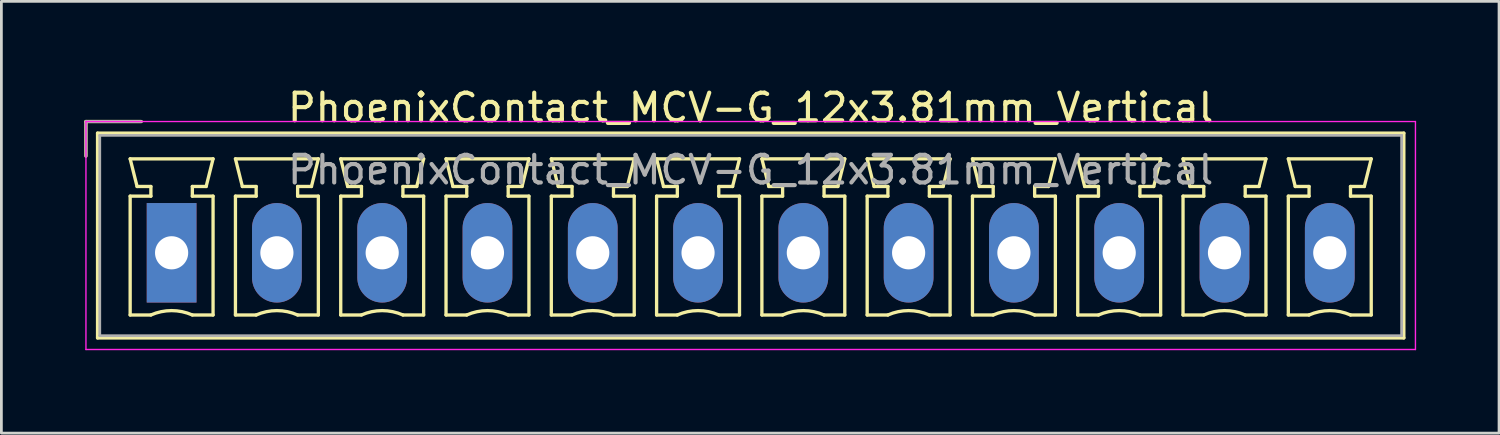
<source format=kicad_pcb>
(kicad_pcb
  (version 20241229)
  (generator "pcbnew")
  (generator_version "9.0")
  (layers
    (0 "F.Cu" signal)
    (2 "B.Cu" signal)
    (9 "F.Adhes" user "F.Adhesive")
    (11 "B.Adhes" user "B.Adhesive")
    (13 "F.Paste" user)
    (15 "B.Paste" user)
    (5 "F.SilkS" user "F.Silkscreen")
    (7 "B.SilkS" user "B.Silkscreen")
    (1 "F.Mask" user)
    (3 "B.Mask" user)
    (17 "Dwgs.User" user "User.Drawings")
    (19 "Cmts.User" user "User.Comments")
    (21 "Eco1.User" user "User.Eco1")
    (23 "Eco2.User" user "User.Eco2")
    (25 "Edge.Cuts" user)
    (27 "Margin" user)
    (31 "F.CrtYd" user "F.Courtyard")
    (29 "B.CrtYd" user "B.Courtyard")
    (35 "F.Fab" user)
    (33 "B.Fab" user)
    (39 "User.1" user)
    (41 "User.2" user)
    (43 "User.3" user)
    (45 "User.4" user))
  (footprint "PhoenixContact_MCV-G_12x3.81mm_Vertical"
    (layer "F.Cu")
    (at 3.16 6.098)
    (property "Reference" "PhoenixContact_MCV-G_12x3.81mm_Vertical" (at 20.955 -5.25 0) (layer "F.SilkS") (effects (font (size 1 1) (thickness 0.15))))
    (attr through_hole)
    (fp_line (start -3.1 -4.75) (end -1.1 -4.75) (stroke (width 0.12) (type solid)) (layer "F.SilkS"))
    (fp_line (start -3.1 -3.5) (end -3.1 -4.75) (stroke (width 0.12) (type solid)) (layer "F.SilkS"))
    (fp_line (start -2.68 -4.33) (end -2.68 3.08) (stroke (width 0.12) (type solid)) (layer "F.SilkS"))
    (fp_line (start -2.68 3.08) (end 44.59 3.08) (stroke (width 0.12) (type solid)) (layer "F.SilkS"))
    (fp_line (start -1.5 -3.4) (end 1.5 -3.4) (stroke (width 0.12) (type solid)) (layer "F.SilkS"))
    (fp_line (start -1.5 -2.05) (end -0.75 -2.05) (stroke (width 0.12) (type solid)) (layer "F.SilkS"))
    (fp_line (start -1.5 2.25) (end -1.5 -2.05) (stroke (width 0.12) (type solid)) (layer "F.SilkS"))
    (fp_line (start -1.25 -2.4) (end -1.5 -3.4) (stroke (width 0.12) (type solid)) (layer "F.SilkS"))
    (fp_line (start -0.75 -2.4) (end -1.25 -2.4) (stroke (width 0.12) (type solid)) (layer "F.SilkS"))
    (fp_line (start -0.75 -2.05) (end -0.75 -2.4) (stroke (width 0.12) (type solid)) (layer "F.SilkS"))
    (fp_line (start -0.75 2.25) (end -1.5 2.25) (stroke (width 0.12) (type solid)) (layer "F.SilkS"))
    (fp_line (start 0.75 -2.4) (end 0.75 -2.05) (stroke (width 0.12) (type solid)) (layer "F.SilkS"))
    (fp_line (start 0.75 -2.05) (end 1.5 -2.05) (stroke (width 0.12) (type solid)) (layer "F.SilkS"))
    (fp_line (start 1.25 -2.4) (end 0.75 -2.4) (stroke (width 0.12) (type solid)) (layer "F.SilkS"))
    (fp_line (start 1.5 -3.4) (end 1.25 -2.4) (stroke (width 0.12) (type solid)) (layer "F.SilkS"))
    (fp_line (start 1.5 -2.05) (end 1.5 2.25) (stroke (width 0.12) (type solid)) (layer "F.SilkS"))
    (fp_line (start 1.5 2.25) (end 0.75 2.25) (stroke (width 0.12) (type solid)) (layer "F.SilkS"))
    (fp_line (start 2.31 -3.4) (end 5.31 -3.4) (stroke (width 0.12) (type solid)) (layer "F.SilkS"))
    (fp_line (start 2.31 -2.05) (end 3.06 -2.05) (stroke (width 0.12) (type solid)) (layer "F.SilkS"))
    (fp_line (start 2.31 2.25) (end 2.31 -2.05) (stroke (width 0.12) (type solid)) (layer "F.SilkS"))
    (fp_line (start 2.56 -2.4) (end 2.31 -3.4) (stroke (width 0.12) (type solid)) (layer "F.SilkS"))
    (fp_line (start 3.06 -2.4) (end 2.56 -2.4) (stroke (width 0.12) (type solid)) (layer "F.SilkS"))
    (fp_line (start 3.06 -2.05) (end 3.06 -2.4) (stroke (width 0.12) (type solid)) (layer "F.SilkS"))
    (fp_line (start 3.06 2.25) (end 2.31 2.25) (stroke (width 0.12) (type solid)) (layer "F.SilkS"))
    (fp_line (start 4.56 -2.4) (end 4.56 -2.05) (stroke (width 0.12) (type solid)) (layer "F.SilkS"))
    (fp_line (start 4.56 -2.05) (end 5.31 -2.05) (stroke (width 0.12) (type solid)) (layer "F.SilkS"))
    (fp_line (start 5.06 -2.4) (end 4.56 -2.4) (stroke (width 0.12) (type solid)) (layer "F.SilkS"))
    (fp_line (start 5.31 -3.4) (end 5.06 -2.4) (stroke (width 0.12) (type solid)) (layer "F.SilkS"))
    (fp_line (start 5.31 -2.05) (end 5.31 2.25) (stroke (width 0.12) (type solid)) (layer "F.SilkS"))
    (fp_line (start 5.31 2.25) (end 4.56 2.25) (stroke (width 0.12) (type solid)) (layer "F.SilkS"))
    (fp_line (start 6.12 -3.4) (end 9.12 -3.4) (stroke (width 0.12) (type solid)) (layer "F.SilkS"))
    (fp_line (start 6.12 -2.05) (end 6.87 -2.05) (stroke (width 0.12) (type solid)) (layer "F.SilkS"))
    (fp_line (start 6.12 2.25) (end 6.12 -2.05) (stroke (width 0.12) (type solid)) (layer "F.SilkS"))
    (fp_line (start 6.37 -2.4) (end 6.12 -3.4) (stroke (width 0.12) (type solid)) (layer "F.SilkS"))
    (fp_line (start 6.87 -2.4) (end 6.37 -2.4) (stroke (width 0.12) (type solid)) (layer "F.SilkS"))
    (fp_line (start 6.87 -2.05) (end 6.87 -2.4) (stroke (width 0.12) (type solid)) (layer "F.SilkS"))
    (fp_line (start 6.87 2.25) (end 6.12 2.25) (stroke (width 0.12) (type solid)) (layer "F.SilkS"))
    (fp_line (start 8.37 -2.4) (end 8.37 -2.05) (stroke (width 0.12) (type solid)) (layer "F.SilkS"))
    (fp_line (start 8.37 -2.05) (end 9.12 -2.05) (stroke (width 0.12) (type solid)) (layer "F.SilkS"))
    (fp_line (start 8.87 -2.4) (end 8.37 -2.4) (stroke (width 0.12) (type solid)) (layer "F.SilkS"))
    (fp_line (start 9.12 -3.4) (end 8.87 -2.4) (stroke (width 0.12) (type solid)) (layer "F.SilkS"))
    (fp_line (start 9.12 -2.05) (end 9.12 2.25) (stroke (width 0.12) (type solid)) (layer "F.SilkS"))
    (fp_line (start 9.12 2.25) (end 8.37 2.25) (stroke (width 0.12) (type solid)) (layer "F.SilkS"))
    (fp_line (start 9.93 -3.4) (end 12.93 -3.4) (stroke (width 0.12) (type solid)) (layer "F.SilkS"))
    (fp_line (start 9.93 -2.05) (end 10.68 -2.05) (stroke (width 0.12) (type solid)) (layer "F.SilkS"))
    (fp_line (start 9.93 2.25) (end 9.93 -2.05) (stroke (width 0.12) (type solid)) (layer "F.SilkS"))
    (fp_line (start 10.18 -2.4) (end 9.93 -3.4) (stroke (width 0.12) (type solid)) (layer "F.SilkS"))
    (fp_line (start 10.68 -2.4) (end 10.18 -2.4) (stroke (width 0.12) (type solid)) (layer "F.SilkS"))
    (fp_line (start 10.68 -2.05) (end 10.68 -2.4) (stroke (width 0.12) (type solid)) (layer "F.SilkS"))
    (fp_line (start 10.68 2.25) (end 9.93 2.25) (stroke (width 0.12) (type solid)) (layer "F.SilkS"))
    (fp_line (start 12.18 -2.4) (end 12.18 -2.05) (stroke (width 0.12) (type solid)) (layer "F.SilkS"))
    (fp_line (start 12.18 -2.05) (end 12.93 -2.05) (stroke (width 0.12) (type solid)) (layer "F.SilkS"))
    (fp_line (start 12.68 -2.4) (end 12.18 -2.4) (stroke (width 0.12) (type solid)) (layer "F.SilkS"))
    (fp_line (start 12.93 -3.4) (end 12.68 -2.4) (stroke (width 0.12) (type solid)) (layer "F.SilkS"))
    (fp_line (start 12.93 -2.05) (end 12.93 2.25) (stroke (width 0.12) (type solid)) (layer "F.SilkS"))
    (fp_line (start 12.93 2.25) (end 12.18 2.25) (stroke (width 0.12) (type solid)) (layer "F.SilkS"))
    (fp_line (start 13.74 -3.4) (end 16.74 -3.4) (stroke (width 0.12) (type solid)) (layer "F.SilkS"))
    (fp_line (start 13.74 -2.05) (end 14.49 -2.05) (stroke (width 0.12) (type solid)) (layer "F.SilkS"))
    (fp_line (start 13.74 2.25) (end 13.74 -2.05) (stroke (width 0.12) (type solid)) (layer "F.SilkS"))
    (fp_line (start 13.99 -2.4) (end 13.74 -3.4) (stroke (width 0.12) (type solid)) (layer "F.SilkS"))
    (fp_line (start 14.49 -2.4) (end 13.99 -2.4) (stroke (width 0.12) (type solid)) (layer "F.SilkS"))
    (fp_line (start 14.49 -2.05) (end 14.49 -2.4) (stroke (width 0.12) (type solid)) (layer "F.SilkS"))
    (fp_line (start 14.49 2.25) (end 13.74 2.25) (stroke (width 0.12) (type solid)) (layer "F.SilkS"))
    (fp_line (start 15.99 -2.4) (end 15.99 -2.05) (stroke (width 0.12) (type solid)) (layer "F.SilkS"))
    (fp_line (start 15.99 -2.05) (end 16.74 -2.05) (stroke (width 0.12) (type solid)) (layer "F.SilkS"))
    (fp_line (start 16.49 -2.4) (end 15.99 -2.4) (stroke (width 0.12) (type solid)) (layer "F.SilkS"))
    (fp_line (start 16.74 -3.4) (end 16.49 -2.4) (stroke (width 0.12) (type solid)) (layer "F.SilkS"))
    (fp_line (start 16.74 -2.05) (end 16.74 2.25) (stroke (width 0.12) (type solid)) (layer "F.SilkS"))
    (fp_line (start 16.74 2.25) (end 15.99 2.25) (stroke (width 0.12) (type solid)) (layer "F.SilkS"))
    (fp_line (start 17.55 -3.4) (end 20.55 -3.4) (stroke (width 0.12) (type solid)) (layer "F.SilkS"))
    (fp_line (start 17.55 -2.05) (end 18.3 -2.05) (stroke (width 0.12) (type solid)) (layer "F.SilkS"))
    (fp_line (start 17.55 2.25) (end 17.55 -2.05) (stroke (width 0.12) (type solid)) (layer "F.SilkS"))
    (fp_line (start 17.8 -2.4) (end 17.55 -3.4) (stroke (width 0.12) (type solid)) (layer "F.SilkS"))
    (fp_line (start 18.3 -2.4) (end 17.8 -2.4) (stroke (width 0.12) (type solid)) (layer "F.SilkS"))
    (fp_line (start 18.3 -2.05) (end 18.3 -2.4) (stroke (width 0.12) (type solid)) (layer "F.SilkS"))
    (fp_line (start 18.3 2.25) (end 17.55 2.25) (stroke (width 0.12) (type solid)) (layer "F.SilkS"))
    (fp_line (start 19.8 -2.4) (end 19.8 -2.05) (stroke (width 0.12) (type solid)) (layer "F.SilkS"))
    (fp_line (start 19.8 -2.05) (end 20.55 -2.05) (stroke (width 0.12) (type solid)) (layer "F.SilkS"))
    (fp_line (start 20.3 -2.4) (end 19.8 -2.4) (stroke (width 0.12) (type solid)) (layer "F.SilkS"))
    (fp_line (start 20.55 -3.4) (end 20.3 -2.4) (stroke (width 0.12) (type solid)) (layer "F.SilkS"))
    (fp_line (start 20.55 -2.05) (end 20.55 2.25) (stroke (width 0.12) (type solid)) (layer "F.SilkS"))
    (fp_line (start 20.55 2.25) (end 19.8 2.25) (stroke (width 0.12) (type solid)) (layer "F.SilkS"))
    (fp_line (start 21.36 -3.4) (end 24.36 -3.4) (stroke (width 0.12) (type solid)) (layer "F.SilkS"))
    (fp_line (start 21.36 -2.05) (end 22.11 -2.05) (stroke (width 0.12) (type solid)) (layer "F.SilkS"))
    (fp_line (start 21.36 2.25) (end 21.36 -2.05) (stroke (width 0.12) (type solid)) (layer "F.SilkS"))
    (fp_line (start 21.61 -2.4) (end 21.36 -3.4) (stroke (width 0.12) (type solid)) (layer "F.SilkS"))
    (fp_line (start 22.11 -2.4) (end 21.61 -2.4) (stroke (width 0.12) (type solid)) (layer "F.SilkS"))
    (fp_line (start 22.11 -2.05) (end 22.11 -2.4) (stroke (width 0.12) (type solid)) (layer "F.SilkS"))
    (fp_line (start 22.11 2.25) (end 21.36 2.25) (stroke (width 0.12) (type solid)) (layer "F.SilkS"))
    (fp_line (start 23.61 -2.4) (end 23.61 -2.05) (stroke (width 0.12) (type solid)) (layer "F.SilkS"))
    (fp_line (start 23.61 -2.05) (end 24.36 -2.05) (stroke (width 0.12) (type solid)) (layer "F.SilkS"))
    (fp_line (start 24.11 -2.4) (end 23.61 -2.4) (stroke (width 0.12) (type solid)) (layer "F.SilkS"))
    (fp_line (start 24.36 -3.4) (end 24.11 -2.4) (stroke (width 0.12) (type solid)) (layer "F.SilkS"))
    (fp_line (start 24.36 -2.05) (end 24.36 2.25) (stroke (width 0.12) (type solid)) (layer "F.SilkS"))
    (fp_line (start 24.36 2.25) (end 23.61 2.25) (stroke (width 0.12) (type solid)) (layer "F.SilkS"))
    (fp_line (start 25.17 -3.4) (end 28.17 -3.4) (stroke (width 0.12) (type solid)) (layer "F.SilkS"))
    (fp_line (start 25.17 -2.05) (end 25.92 -2.05) (stroke (width 0.12) (type solid)) (layer "F.SilkS"))
    (fp_line (start 25.17 2.25) (end 25.17 -2.05) (stroke (width 0.12) (type solid)) (layer "F.SilkS"))
    (fp_line (start 25.42 -2.4) (end 25.17 -3.4) (stroke (width 0.12) (type solid)) (layer "F.SilkS"))
    (fp_line (start 25.92 -2.4) (end 25.42 -2.4) (stroke (width 0.12) (type solid)) (layer "F.SilkS"))
    (fp_line (start 25.92 -2.05) (end 25.92 -2.4) (stroke (width 0.12) (type solid)) (layer "F.SilkS"))
    (fp_line (start 25.92 2.25) (end 25.17 2.25) (stroke (width 0.12) (type solid)) (layer "F.SilkS"))
    (fp_line (start 27.42 -2.4) (end 27.42 -2.05) (stroke (width 0.12) (type solid)) (layer "F.SilkS"))
    (fp_line (start 27.42 -2.05) (end 28.17 -2.05) (stroke (width 0.12) (type solid)) (layer "F.SilkS"))
    (fp_line (start 27.92 -2.4) (end 27.42 -2.4) (stroke (width 0.12) (type solid)) (layer "F.SilkS"))
    (fp_line (start 28.17 -3.4) (end 27.92 -2.4) (stroke (width 0.12) (type solid)) (layer "F.SilkS"))
    (fp_line (start 28.17 -2.05) (end 28.17 2.25) (stroke (width 0.12) (type solid)) (layer "F.SilkS"))
    (fp_line (start 28.17 2.25) (end 27.42 2.25) (stroke (width 0.12) (type solid)) (layer "F.SilkS"))
    (fp_line (start 28.98 -3.4) (end 31.98 -3.4) (stroke (width 0.12) (type solid)) (layer "F.SilkS"))
    (fp_line (start 28.98 -2.05) (end 29.73 -2.05) (stroke (width 0.12) (type solid)) (layer "F.SilkS"))
    (fp_line (start 28.98 2.25) (end 28.98 -2.05) (stroke (width 0.12) (type solid)) (layer "F.SilkS"))
    (fp_line (start 29.23 -2.4) (end 28.98 -3.4) (stroke (width 0.12) (type solid)) (layer "F.SilkS"))
    (fp_line (start 29.73 -2.4) (end 29.23 -2.4) (stroke (width 0.12) (type solid)) (layer "F.SilkS"))
    (fp_line (start 29.73 -2.05) (end 29.73 -2.4) (stroke (width 0.12) (type solid)) (layer "F.SilkS"))
    (fp_line (start 29.73 2.25) (end 28.98 2.25) (stroke (width 0.12) (type solid)) (layer "F.SilkS"))
    (fp_line (start 31.23 -2.4) (end 31.23 -2.05) (stroke (width 0.12) (type solid)) (layer "F.SilkS"))
    (fp_line (start 31.23 -2.05) (end 31.98 -2.05) (stroke (width 0.12) (type solid)) (layer "F.SilkS"))
    (fp_line (start 31.73 -2.4) (end 31.23 -2.4) (stroke (width 0.12) (type solid)) (layer "F.SilkS"))
    (fp_line (start 31.98 -3.4) (end 31.73 -2.4) (stroke (width 0.12) (type solid)) (layer "F.SilkS"))
    (fp_line (start 31.98 -2.05) (end 31.98 2.25) (stroke (width 0.12) (type solid)) (layer "F.SilkS"))
    (fp_line (start 31.98 2.25) (end 31.23 2.25) (stroke (width 0.12) (type solid)) (layer "F.SilkS"))
    (fp_line (start 32.79 -3.4) (end 35.79 -3.4) (stroke (width 0.12) (type solid)) (layer "F.SilkS"))
    (fp_line (start 32.79 -2.05) (end 33.54 -2.05) (stroke (width 0.12) (type solid)) (layer "F.SilkS"))
    (fp_line (start 32.79 2.25) (end 32.79 -2.05) (stroke (width 0.12) (type solid)) (layer "F.SilkS"))
    (fp_line (start 33.04 -2.4) (end 32.79 -3.4) (stroke (width 0.12) (type solid)) (layer "F.SilkS"))
    (fp_line (start 33.54 -2.4) (end 33.04 -2.4) (stroke (width 0.12) (type solid)) (layer "F.SilkS"))
    (fp_line (start 33.54 -2.05) (end 33.54 -2.4) (stroke (width 0.12) (type solid)) (layer "F.SilkS"))
    (fp_line (start 33.54 2.25) (end 32.79 2.25) (stroke (width 0.12) (type solid)) (layer "F.SilkS"))
    (fp_line (start 35.04 -2.4) (end 35.04 -2.05) (stroke (width 0.12) (type solid)) (layer "F.SilkS"))
    (fp_line (start 35.04 -2.05) (end 35.79 -2.05) (stroke (width 0.12) (type solid)) (layer "F.SilkS"))
    (fp_line (start 35.54 -2.4) (end 35.04 -2.4) (stroke (width 0.12) (type solid)) (layer "F.SilkS"))
    (fp_line (start 35.79 -3.4) (end 35.54 -2.4) (stroke (width 0.12) (type solid)) (layer "F.SilkS"))
    (fp_line (start 35.79 -2.05) (end 35.79 2.25) (stroke (width 0.12) (type solid)) (layer "F.SilkS"))
    (fp_line (start 35.79 2.25) (end 35.04 2.25) (stroke (width 0.12) (type solid)) (layer "F.SilkS"))
    (fp_line (start 36.6 -3.4) (end 39.6 -3.4) (stroke (width 0.12) (type solid)) (layer "F.SilkS"))
    (fp_line (start 36.6 -2.05) (end 37.35 -2.05) (stroke (width 0.12) (type solid)) (layer "F.SilkS"))
    (fp_line (start 36.6 2.25) (end 36.6 -2.05) (stroke (width 0.12) (type solid)) (layer "F.SilkS"))
    (fp_line (start 36.85 -2.4) (end 36.6 -3.4) (stroke (width 0.12) (type solid)) (layer "F.SilkS"))
    (fp_line (start 37.35 -2.4) (end 36.85 -2.4) (stroke (width 0.12) (type solid)) (layer "F.SilkS"))
    (fp_line (start 37.35 -2.05) (end 37.35 -2.4) (stroke (width 0.12) (type solid)) (layer "F.SilkS"))
    (fp_line (start 37.35 2.25) (end 36.6 2.25) (stroke (width 0.12) (type solid)) (layer "F.SilkS"))
    (fp_line (start 38.85 -2.4) (end 38.85 -2.05) (stroke (width 0.12) (type solid)) (layer "F.SilkS"))
    (fp_line (start 38.85 -2.05) (end 39.6 -2.05) (stroke (width 0.12) (type solid)) (layer "F.SilkS"))
    (fp_line (start 39.35 -2.4) (end 38.85 -2.4) (stroke (width 0.12) (type solid)) (layer "F.SilkS"))
    (fp_line (start 39.6 -3.4) (end 39.35 -2.4) (stroke (width 0.12) (type solid)) (layer "F.SilkS"))
    (fp_line (start 39.6 -2.05) (end 39.6 2.25) (stroke (width 0.12) (type solid)) (layer "F.SilkS"))
    (fp_line (start 39.6 2.25) (end 38.85 2.25) (stroke (width 0.12) (type solid)) (layer "F.SilkS"))
    (fp_line (start 40.41 -3.4) (end 43.41 -3.4) (stroke (width 0.12) (type solid)) (layer "F.SilkS"))
    (fp_line (start 40.41 -2.05) (end 41.16 -2.05) (stroke (width 0.12) (type solid)) (layer "F.SilkS"))
    (fp_line (start 40.41 2.25) (end 40.41 -2.05) (stroke (width 0.12) (type solid)) (layer "F.SilkS"))
    (fp_line (start 40.66 -2.4) (end 40.41 -3.4) (stroke (width 0.12) (type solid)) (layer "F.SilkS"))
    (fp_line (start 41.16 -2.4) (end 40.66 -2.4) (stroke (width 0.12) (type solid)) (layer "F.SilkS"))
    (fp_line (start 41.16 -2.05) (end 41.16 -2.4) (stroke (width 0.12) (type solid)) (layer "F.SilkS"))
    (fp_line (start 41.16 2.25) (end 40.41 2.25) (stroke (width 0.12) (type solid)) (layer "F.SilkS"))
    (fp_line (start 42.66 -2.4) (end 42.66 -2.05) (stroke (width 0.12) (type solid)) (layer "F.SilkS"))
    (fp_line (start 42.66 -2.05) (end 43.41 -2.05) (stroke (width 0.12) (type solid)) (layer "F.SilkS"))
    (fp_line (start 43.16 -2.4) (end 42.66 -2.4) (stroke (width 0.12) (type solid)) (layer "F.SilkS"))
    (fp_line (start 43.41 -3.4) (end 43.16 -2.4) (stroke (width 0.12) (type solid)) (layer "F.SilkS"))
    (fp_line (start 43.41 -2.05) (end 43.41 2.25) (stroke (width 0.12) (type solid)) (layer "F.SilkS"))
    (fp_line (start 43.41 2.25) (end 42.66 2.25) (stroke (width 0.12) (type solid)) (layer "F.SilkS"))
    (fp_line (start 44.59 -4.33) (end -2.68 -4.33) (stroke (width 0.12) (type solid)) (layer "F.SilkS"))
    (fp_line (start 44.59 3.08) (end 44.59 -4.33) (stroke (width 0.12) (type solid)) (layer "F.SilkS"))
    (fp_arc (start -0.75 2.25) (mid -0.000193 2.09191) (end 0.749647 2.249844) (stroke (width 0.12) (type solid)) (layer "F.SilkS"))
    (fp_arc (start 3.06 2.25) (mid 3.809807 2.09191) (end 4.559647 2.249844) (stroke (width 0.12) (type solid)) (layer "F.SilkS"))
    (fp_arc (start 6.87 2.25) (mid 7.619807 2.09191) (end 8.369647 2.249844) (stroke (width 0.12) (type solid)) (layer "F.SilkS"))
    (fp_arc (start 10.68 2.25) (mid 11.429807 2.09191) (end 12.179647 2.249844) (stroke (width 0.12) (type solid)) (layer "F.SilkS"))
    (fp_arc (start 14.49 2.25) (mid 15.239807 2.09191) (end 15.989647 2.249844) (stroke (width 0.12) (type solid)) (layer "F.SilkS"))
    (fp_arc (start 18.3 2.25) (mid 19.049807 2.09191) (end 19.799647 2.249844) (stroke (width 0.12) (type solid)) (layer "F.SilkS"))
    (fp_arc (start 22.11 2.25) (mid 22.859807 2.09191) (end 23.609647 2.249844) (stroke (width 0.12) (type solid)) (layer "F.SilkS"))
    (fp_arc (start 25.92 2.25) (mid 26.669807 2.09191) (end 27.419647 2.249844) (stroke (width 0.12) (type solid)) (layer "F.SilkS"))
    (fp_arc (start 29.73 2.25) (mid 30.479807 2.09191) (end 31.229647 2.249844) (stroke (width 0.12) (type solid)) (layer "F.SilkS"))
    (fp_arc (start 33.54 2.25) (mid 34.289807 2.09191) (end 35.039647 2.249844) (stroke (width 0.12) (type solid)) (layer "F.SilkS"))
    (fp_arc (start 37.35 2.25) (mid 38.099807 2.09191) (end 38.849647 2.249844) (stroke (width 0.12) (type solid)) (layer "F.SilkS"))
    (fp_arc (start 41.16 2.25) (mid 41.909807 2.09191) (end 42.659647 2.249844) (stroke (width 0.12) (type solid)) (layer "F.SilkS"))
    (fp_line (start -3.1 -4.75) (end -3.1 3.5) (stroke (width 0.05) (type solid)) (layer "F.CrtYd"))
    (fp_line (start -3.1 3.5) (end 45.01 3.5) (stroke (width 0.05) (type solid)) (layer "F.CrtYd"))
    (fp_line (start 45.01 -4.75) (end -3.1 -4.75) (stroke (width 0.05) (type solid)) (layer "F.CrtYd"))
    (fp_line (start 45.01 3.5) (end 45.01 -4.75) (stroke (width 0.05) (type solid)) (layer "F.CrtYd"))
    (fp_line (start -3.1 -4.75) (end -1.1 -4.75) (stroke (width 0.1) (type solid)) (layer "F.Fab"))
    (fp_line (start -3.1 -3.5) (end -3.1 -4.75) (stroke (width 0.1) (type solid)) (layer "F.Fab"))
    (fp_line (start -2.6 -4.25) (end -2.6 3) (stroke (width 0.1) (type solid)) (layer "F.Fab"))
    (fp_line (start -2.6 3) (end 44.51 3) (stroke (width 0.1) (type solid)) (layer "F.Fab"))
    (fp_line (start 44.51 -4.25) (end -2.6 -4.25) (stroke (width 0.1) (type solid)) (layer "F.Fab"))
    (fp_line (start 44.51 3) (end 44.51 -4.25) (stroke (width 0.1) (type solid)) (layer "F.Fab"))
    (fp_text user "${REFERENCE}" (at 20.955 -3 0) (layer "F.Fab") (effects (font (size 1 1) (thickness 0.15))))
    (pad "1" thru_hole rect (at 0 0) (size 1.8 3.6) (drill 1.2) (layers "*.Cu" "*.Mask"))
    (pad "2" thru_hole oval (at 3.81 0) (size 1.8 3.6) (drill 1.2) (layers "*.Cu" "*.Mask"))
    (pad "3" thru_hole oval (at 7.62 0) (size 1.8 3.6) (drill 1.2) (layers "*.Cu" "*.Mask"))
    (pad "4" thru_hole oval (at 11.43 0) (size 1.8 3.6) (drill 1.2) (layers "*.Cu" "*.Mask"))
    (pad "5" thru_hole oval (at 15.24 0) (size 1.8 3.6) (drill 1.2) (layers "*.Cu" "*.Mask"))
    (pad "6" thru_hole oval (at 19.05 0) (size 1.8 3.6) (drill 1.2) (layers "*.Cu" "*.Mask"))
    (pad "7" thru_hole oval (at 22.86 0) (size 1.8 3.6) (drill 1.2) (layers "*.Cu" "*.Mask"))
    (pad "8" thru_hole oval (at 26.67 0) (size 1.8 3.6) (drill 1.2) (layers "*.Cu" "*.Mask"))
    (pad "9" thru_hole oval (at 30.48 0) (size 1.8 3.6) (drill 1.2) (layers "*.Cu" "*.Mask"))
    (pad "10" thru_hole oval (at 34.29 0) (size 1.8 3.6) (drill 1.2) (layers "*.Cu" "*.Mask"))
    (pad "11" thru_hole oval (at 38.1 0) (size 1.8 3.6) (drill 1.2) (layers "*.Cu" "*.Mask"))
    (pad "12" thru_hole oval (at 41.91 0) (size 1.8 3.6) (drill 1.2) (layers "*.Cu" "*.Mask")))
  (gr_rect
    (start -3 -3)
    (end 51.195 12.623)
    (stroke (width 0.1) (type default))
    (fill no)
    (layer "Edge.Cuts")))
</source>
